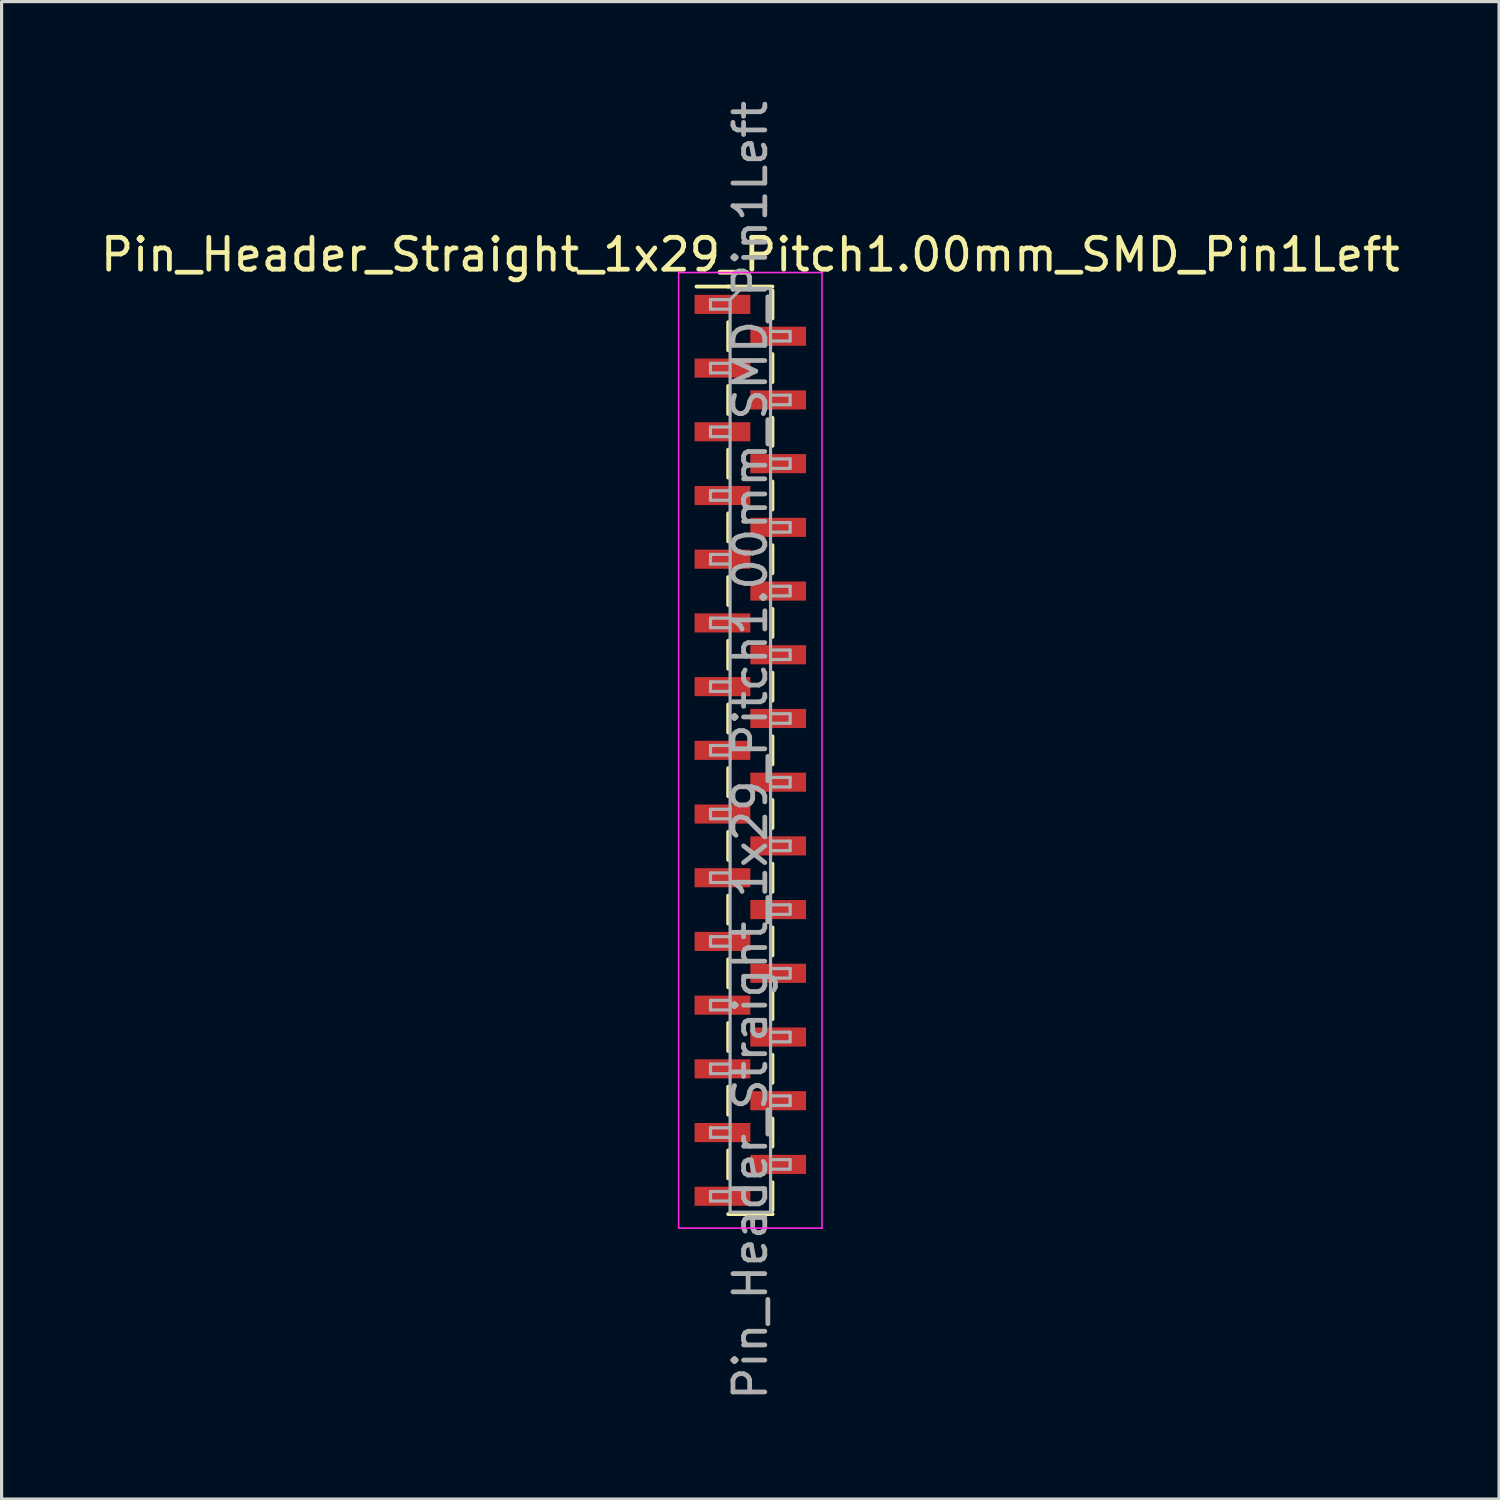
<source format=kicad_pcb>
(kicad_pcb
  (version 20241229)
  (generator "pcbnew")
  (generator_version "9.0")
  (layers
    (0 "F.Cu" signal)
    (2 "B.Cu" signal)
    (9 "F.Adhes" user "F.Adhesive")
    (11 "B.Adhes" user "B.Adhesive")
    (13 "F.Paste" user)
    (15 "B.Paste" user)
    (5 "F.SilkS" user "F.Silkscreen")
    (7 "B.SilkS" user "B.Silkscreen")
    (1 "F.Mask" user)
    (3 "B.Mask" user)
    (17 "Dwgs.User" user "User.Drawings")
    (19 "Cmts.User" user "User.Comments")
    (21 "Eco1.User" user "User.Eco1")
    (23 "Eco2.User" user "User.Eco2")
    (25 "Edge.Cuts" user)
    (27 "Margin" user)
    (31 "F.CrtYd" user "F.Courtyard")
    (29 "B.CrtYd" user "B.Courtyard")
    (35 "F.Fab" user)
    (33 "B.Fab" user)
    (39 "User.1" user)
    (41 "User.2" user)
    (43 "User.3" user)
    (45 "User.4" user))
  (footprint "Pin_Header_Straight_1x29_Pitch1.00mm_SMD_Pin1Left"
    (layer "F.Cu")
    (at 20.506 20.506)
    (property "Reference" "Pin_Header_Straight_1x29_Pitch1.00mm_SMD_Pin1Left" (at 0 -15.56 0) (layer "F.SilkS") (effects (font (size 1 1) (thickness 0.15))))
    (attr smd)
    (fp_line (start -0.695 -14.56) (end -1.69 -14.56) (stroke (width 0.12) (type solid)) (layer "F.SilkS"))
    (fp_line (start -0.695 -14.56) (end -0.695 -14.56) (stroke (width 0.12) (type solid)) (layer "F.SilkS"))
    (fp_line (start -0.695 -14.56) (end 0.695 -14.56) (stroke (width 0.12) (type solid)) (layer "F.SilkS"))
    (fp_line (start -0.695 -13.44) (end -0.695 -12.56) (stroke (width 0.12) (type solid)) (layer "F.SilkS"))
    (fp_line (start -0.695 -11.44) (end -0.695 -10.56) (stroke (width 0.12) (type solid)) (layer "F.SilkS"))
    (fp_line (start -0.695 -9.44) (end -0.695 -8.56) (stroke (width 0.12) (type solid)) (layer "F.SilkS"))
    (fp_line (start -0.695 -7.44) (end -0.695 -6.56) (stroke (width 0.12) (type solid)) (layer "F.SilkS"))
    (fp_line (start -0.695 -5.44) (end -0.695 -4.56) (stroke (width 0.12) (type solid)) (layer "F.SilkS"))
    (fp_line (start -0.695 -3.44) (end -0.695 -2.56) (stroke (width 0.12) (type solid)) (layer "F.SilkS"))
    (fp_line (start -0.695 -1.44) (end -0.695 -0.56) (stroke (width 0.12) (type solid)) (layer "F.SilkS"))
    (fp_line (start -0.695 0.56) (end -0.695 1.44) (stroke (width 0.12) (type solid)) (layer "F.SilkS"))
    (fp_line (start -0.695 2.56) (end -0.695 3.44) (stroke (width 0.12) (type solid)) (layer "F.SilkS"))
    (fp_line (start -0.695 4.56) (end -0.695 5.44) (stroke (width 0.12) (type solid)) (layer "F.SilkS"))
    (fp_line (start -0.695 6.56) (end -0.695 7.44) (stroke (width 0.12) (type solid)) (layer "F.SilkS"))
    (fp_line (start -0.695 8.56) (end -0.695 9.44) (stroke (width 0.12) (type solid)) (layer "F.SilkS"))
    (fp_line (start -0.695 10.56) (end -0.695 11.44) (stroke (width 0.12) (type solid)) (layer "F.SilkS"))
    (fp_line (start -0.695 12.56) (end -0.695 13.44) (stroke (width 0.12) (type solid)) (layer "F.SilkS"))
    (fp_line (start -0.695 14.56) (end 0.695 14.56) (stroke (width 0.12) (type solid)) (layer "F.SilkS"))
    (fp_line (start 0.695 -14.44) (end 0.695 -13.56) (stroke (width 0.12) (type solid)) (layer "F.SilkS"))
    (fp_line (start 0.695 -12.44) (end 0.695 -11.56) (stroke (width 0.12) (type solid)) (layer "F.SilkS"))
    (fp_line (start 0.695 -10.44) (end 0.695 -9.56) (stroke (width 0.12) (type solid)) (layer "F.SilkS"))
    (fp_line (start 0.695 -8.44) (end 0.695 -7.56) (stroke (width 0.12) (type solid)) (layer "F.SilkS"))
    (fp_line (start 0.695 -6.44) (end 0.695 -5.56) (stroke (width 0.12) (type solid)) (layer "F.SilkS"))
    (fp_line (start 0.695 -4.44) (end 0.695 -3.56) (stroke (width 0.12) (type solid)) (layer "F.SilkS"))
    (fp_line (start 0.695 -2.44) (end 0.695 -1.56) (stroke (width 0.12) (type solid)) (layer "F.SilkS"))
    (fp_line (start 0.695 -0.44) (end 0.695 0.44) (stroke (width 0.12) (type solid)) (layer "F.SilkS"))
    (fp_line (start 0.695 1.56) (end 0.695 2.44) (stroke (width 0.12) (type solid)) (layer "F.SilkS"))
    (fp_line (start 0.695 3.56) (end 0.695 4.44) (stroke (width 0.12) (type solid)) (layer "F.SilkS"))
    (fp_line (start 0.695 5.56) (end 0.695 6.44) (stroke (width 0.12) (type solid)) (layer "F.SilkS"))
    (fp_line (start 0.695 7.56) (end 0.695 8.44) (stroke (width 0.12) (type solid)) (layer "F.SilkS"))
    (fp_line (start 0.695 9.56) (end 0.695 10.44) (stroke (width 0.12) (type solid)) (layer "F.SilkS"))
    (fp_line (start 0.695 11.56) (end 0.695 12.44) (stroke (width 0.12) (type solid)) (layer "F.SilkS"))
    (fp_line (start 0.695 13.56) (end 0.695 14.44) (stroke (width 0.12) (type solid)) (layer "F.SilkS"))
    (fp_line (start 0.695 14.56) (end 0.695 14.56) (stroke (width 0.12) (type solid)) (layer "F.SilkS"))
    (fp_line (start -2.25 -15) (end -2.25 15) (stroke (width 0.05) (type solid)) (layer "F.CrtYd"))
    (fp_line (start -2.25 15) (end 2.25 15) (stroke (width 0.05) (type solid)) (layer "F.CrtYd"))
    (fp_line (start 2.25 -15) (end -2.25 -15) (stroke (width 0.05) (type solid)) (layer "F.CrtYd"))
    (fp_line (start 2.25 15) (end 2.25 -15) (stroke (width 0.05) (type solid)) (layer "F.CrtYd"))
    (fp_line (start -1.25 -14.15) (end -1.25 -13.85) (stroke (width 0.1) (type solid)) (layer "F.Fab"))
    (fp_line (start -1.25 -13.85) (end -0.635 -13.85) (stroke (width 0.1) (type solid)) (layer "F.Fab"))
    (fp_line (start -1.25 -12.15) (end -1.25 -11.85) (stroke (width 0.1) (type solid)) (layer "F.Fab"))
    (fp_line (start -1.25 -11.85) (end -0.635 -11.85) (stroke (width 0.1) (type solid)) (layer "F.Fab"))
    (fp_line (start -1.25 -10.15) (end -1.25 -9.85) (stroke (width 0.1) (type solid)) (layer "F.Fab"))
    (fp_line (start -1.25 -9.85) (end -0.635 -9.85) (stroke (width 0.1) (type solid)) (layer "F.Fab"))
    (fp_line (start -1.25 -8.15) (end -1.25 -7.85) (stroke (width 0.1) (type solid)) (layer "F.Fab"))
    (fp_line (start -1.25 -7.85) (end -0.635 -7.85) (stroke (width 0.1) (type solid)) (layer "F.Fab"))
    (fp_line (start -1.25 -6.15) (end -1.25 -5.85) (stroke (width 0.1) (type solid)) (layer "F.Fab"))
    (fp_line (start -1.25 -5.85) (end -0.635 -5.85) (stroke (width 0.1) (type solid)) (layer "F.Fab"))
    (fp_line (start -1.25 -4.15) (end -1.25 -3.85) (stroke (width 0.1) (type solid)) (layer "F.Fab"))
    (fp_line (start -1.25 -3.85) (end -0.635 -3.85) (stroke (width 0.1) (type solid)) (layer "F.Fab"))
    (fp_line (start -1.25 -2.15) (end -1.25 -1.85) (stroke (width 0.1) (type solid)) (layer "F.Fab"))
    (fp_line (start -1.25 -1.85) (end -0.635 -1.85) (stroke (width 0.1) (type solid)) (layer "F.Fab"))
    (fp_line (start -1.25 -0.15) (end -1.25 0.15) (stroke (width 0.1) (type solid)) (layer "F.Fab"))
    (fp_line (start -1.25 0.15) (end -0.635 0.15) (stroke (width 0.1) (type solid)) (layer "F.Fab"))
    (fp_line (start -1.25 1.85) (end -1.25 2.15) (stroke (width 0.1) (type solid)) (layer "F.Fab"))
    (fp_line (start -1.25 2.15) (end -0.635 2.15) (stroke (width 0.1) (type solid)) (layer "F.Fab"))
    (fp_line (start -1.25 3.85) (end -1.25 4.15) (stroke (width 0.1) (type solid)) (layer "F.Fab"))
    (fp_line (start -1.25 4.15) (end -0.635 4.15) (stroke (width 0.1) (type solid)) (layer "F.Fab"))
    (fp_line (start -1.25 5.85) (end -1.25 6.15) (stroke (width 0.1) (type solid)) (layer "F.Fab"))
    (fp_line (start -1.25 6.15) (end -0.635 6.15) (stroke (width 0.1) (type solid)) (layer "F.Fab"))
    (fp_line (start -1.25 7.85) (end -1.25 8.15) (stroke (width 0.1) (type solid)) (layer "F.Fab"))
    (fp_line (start -1.25 8.15) (end -0.635 8.15) (stroke (width 0.1) (type solid)) (layer "F.Fab"))
    (fp_line (start -1.25 9.85) (end -1.25 10.15) (stroke (width 0.1) (type solid)) (layer "F.Fab"))
    (fp_line (start -1.25 10.15) (end -0.635 10.15) (stroke (width 0.1) (type solid)) (layer "F.Fab"))
    (fp_line (start -1.25 11.85) (end -1.25 12.15) (stroke (width 0.1) (type solid)) (layer "F.Fab"))
    (fp_line (start -1.25 12.15) (end -0.635 12.15) (stroke (width 0.1) (type solid)) (layer "F.Fab"))
    (fp_line (start -1.25 13.85) (end -1.25 14.15) (stroke (width 0.1) (type solid)) (layer "F.Fab"))
    (fp_line (start -1.25 14.15) (end -0.635 14.15) (stroke (width 0.1) (type solid)) (layer "F.Fab"))
    (fp_line (start -0.635 -14.15) (end -1.25 -14.15) (stroke (width 0.1) (type solid)) (layer "F.Fab"))
    (fp_line (start -0.635 -14.15) (end -0.285 -14.5) (stroke (width 0.1) (type solid)) (layer "F.Fab"))
    (fp_line (start -0.635 -12.15) (end -1.25 -12.15) (stroke (width 0.1) (type solid)) (layer "F.Fab"))
    (fp_line (start -0.635 -10.15) (end -1.25 -10.15) (stroke (width 0.1) (type solid)) (layer "F.Fab"))
    (fp_line (start -0.635 -8.15) (end -1.25 -8.15) (stroke (width 0.1) (type solid)) (layer "F.Fab"))
    (fp_line (start -0.635 -6.15) (end -1.25 -6.15) (stroke (width 0.1) (type solid)) (layer "F.Fab"))
    (fp_line (start -0.635 -4.15) (end -1.25 -4.15) (stroke (width 0.1) (type solid)) (layer "F.Fab"))
    (fp_line (start -0.635 -2.15) (end -1.25 -2.15) (stroke (width 0.1) (type solid)) (layer "F.Fab"))
    (fp_line (start -0.635 -0.15) (end -1.25 -0.15) (stroke (width 0.1) (type solid)) (layer "F.Fab"))
    (fp_line (start -0.635 1.85) (end -1.25 1.85) (stroke (width 0.1) (type solid)) (layer "F.Fab"))
    (fp_line (start -0.635 3.85) (end -1.25 3.85) (stroke (width 0.1) (type solid)) (layer "F.Fab"))
    (fp_line (start -0.635 5.85) (end -1.25 5.85) (stroke (width 0.1) (type solid)) (layer "F.Fab"))
    (fp_line (start -0.635 7.85) (end -1.25 7.85) (stroke (width 0.1) (type solid)) (layer "F.Fab"))
    (fp_line (start -0.635 9.85) (end -1.25 9.85) (stroke (width 0.1) (type solid)) (layer "F.Fab"))
    (fp_line (start -0.635 11.85) (end -1.25 11.85) (stroke (width 0.1) (type solid)) (layer "F.Fab"))
    (fp_line (start -0.635 13.85) (end -1.25 13.85) (stroke (width 0.1) (type solid)) (layer "F.Fab"))
    (fp_line (start -0.635 14.5) (end -0.635 -14.15) (stroke (width 0.1) (type solid)) (layer "F.Fab"))
    (fp_line (start -0.285 -14.5) (end 0.635 -14.5) (stroke (width 0.1) (type solid)) (layer "F.Fab"))
    (fp_line (start 0.635 -14.5) (end 0.635 14.5) (stroke (width 0.1) (type solid)) (layer "F.Fab"))
    (fp_line (start 0.635 -13.15) (end 1.25 -13.15) (stroke (width 0.1) (type solid)) (layer "F.Fab"))
    (fp_line (start 0.635 -11.15) (end 1.25 -11.15) (stroke (width 0.1) (type solid)) (layer "F.Fab"))
    (fp_line (start 0.635 -9.15) (end 1.25 -9.15) (stroke (width 0.1) (type solid)) (layer "F.Fab"))
    (fp_line (start 0.635 -7.15) (end 1.25 -7.15) (stroke (width 0.1) (type solid)) (layer "F.Fab"))
    (fp_line (start 0.635 -5.15) (end 1.25 -5.15) (stroke (width 0.1) (type solid)) (layer "F.Fab"))
    (fp_line (start 0.635 -3.15) (end 1.25 -3.15) (stroke (width 0.1) (type solid)) (layer "F.Fab"))
    (fp_line (start 0.635 -1.15) (end 1.25 -1.15) (stroke (width 0.1) (type solid)) (layer "F.Fab"))
    (fp_line (start 0.635 0.85) (end 1.25 0.85) (stroke (width 0.1) (type solid)) (layer "F.Fab"))
    (fp_line (start 0.635 2.85) (end 1.25 2.85) (stroke (width 0.1) (type solid)) (layer "F.Fab"))
    (fp_line (start 0.635 4.85) (end 1.25 4.85) (stroke (width 0.1) (type solid)) (layer "F.Fab"))
    (fp_line (start 0.635 6.85) (end 1.25 6.85) (stroke (width 0.1) (type solid)) (layer "F.Fab"))
    (fp_line (start 0.635 8.85) (end 1.25 8.85) (stroke (width 0.1) (type solid)) (layer "F.Fab"))
    (fp_line (start 0.635 10.85) (end 1.25 10.85) (stroke (width 0.1) (type solid)) (layer "F.Fab"))
    (fp_line (start 0.635 12.85) (end 1.25 12.85) (stroke (width 0.1) (type solid)) (layer "F.Fab"))
    (fp_line (start 0.635 14.5) (end -0.635 14.5) (stroke (width 0.1) (type solid)) (layer "F.Fab"))
    (fp_line (start 1.25 -13.15) (end 1.25 -12.85) (stroke (width 0.1) (type solid)) (layer "F.Fab"))
    (fp_line (start 1.25 -12.85) (end 0.635 -12.85) (stroke (width 0.1) (type solid)) (layer "F.Fab"))
    (fp_line (start 1.25 -11.15) (end 1.25 -10.85) (stroke (width 0.1) (type solid)) (layer "F.Fab"))
    (fp_line (start 1.25 -10.85) (end 0.635 -10.85) (stroke (width 0.1) (type solid)) (layer "F.Fab"))
    (fp_line (start 1.25 -9.15) (end 1.25 -8.85) (stroke (width 0.1) (type solid)) (layer "F.Fab"))
    (fp_line (start 1.25 -8.85) (end 0.635 -8.85) (stroke (width 0.1) (type solid)) (layer "F.Fab"))
    (fp_line (start 1.25 -7.15) (end 1.25 -6.85) (stroke (width 0.1) (type solid)) (layer "F.Fab"))
    (fp_line (start 1.25 -6.85) (end 0.635 -6.85) (stroke (width 0.1) (type solid)) (layer "F.Fab"))
    (fp_line (start 1.25 -5.15) (end 1.25 -4.85) (stroke (width 0.1) (type solid)) (layer "F.Fab"))
    (fp_line (start 1.25 -4.85) (end 0.635 -4.85) (stroke (width 0.1) (type solid)) (layer "F.Fab"))
    (fp_line (start 1.25 -3.15) (end 1.25 -2.85) (stroke (width 0.1) (type solid)) (layer "F.Fab"))
    (fp_line (start 1.25 -2.85) (end 0.635 -2.85) (stroke (width 0.1) (type solid)) (layer "F.Fab"))
    (fp_line (start 1.25 -1.15) (end 1.25 -0.85) (stroke (width 0.1) (type solid)) (layer "F.Fab"))
    (fp_line (start 1.25 -0.85) (end 0.635 -0.85) (stroke (width 0.1) (type solid)) (layer "F.Fab"))
    (fp_line (start 1.25 0.85) (end 1.25 1.15) (stroke (width 0.1) (type solid)) (layer "F.Fab"))
    (fp_line (start 1.25 1.15) (end 0.635 1.15) (stroke (width 0.1) (type solid)) (layer "F.Fab"))
    (fp_line (start 1.25 2.85) (end 1.25 3.15) (stroke (width 0.1) (type solid)) (layer "F.Fab"))
    (fp_line (start 1.25 3.15) (end 0.635 3.15) (stroke (width 0.1) (type solid)) (layer "F.Fab"))
    (fp_line (start 1.25 4.85) (end 1.25 5.15) (stroke (width 0.1) (type solid)) (layer "F.Fab"))
    (fp_line (start 1.25 5.15) (end 0.635 5.15) (stroke (width 0.1) (type solid)) (layer "F.Fab"))
    (fp_line (start 1.25 6.85) (end 1.25 7.15) (stroke (width 0.1) (type solid)) (layer "F.Fab"))
    (fp_line (start 1.25 7.15) (end 0.635 7.15) (stroke (width 0.1) (type solid)) (layer "F.Fab"))
    (fp_line (start 1.25 8.85) (end 1.25 9.15) (stroke (width 0.1) (type solid)) (layer "F.Fab"))
    (fp_line (start 1.25 9.15) (end 0.635 9.15) (stroke (width 0.1) (type solid)) (layer "F.Fab"))
    (fp_line (start 1.25 10.85) (end 1.25 11.15) (stroke (width 0.1) (type solid)) (layer "F.Fab"))
    (fp_line (start 1.25 11.15) (end 0.635 11.15) (stroke (width 0.1) (type solid)) (layer "F.Fab"))
    (fp_line (start 1.25 12.85) (end 1.25 13.15) (stroke (width 0.1) (type solid)) (layer "F.Fab"))
    (fp_line (start 1.25 13.15) (end 0.635 13.15) (stroke (width 0.1) (type solid)) (layer "F.Fab"))
    (fp_text user "${REFERENCE}" (at 0 0 90) (layer "F.Fab") (effects (font (size 1 1) (thickness 0.15))))
    (pad "1" smd rect (at -0.875 -14) (size 1.75 0.6) (layers "F.Cu" "F.Mask" "F.Paste"))
    (pad "2" smd rect (at 0.875 -13) (size 1.75 0.6) (layers "F.Cu" "F.Mask" "F.Paste"))
    (pad "3" smd rect (at -0.875 -12) (size 1.75 0.6) (layers "F.Cu" "F.Mask" "F.Paste"))
    (pad "4" smd rect (at 0.875 -11) (size 1.75 0.6) (layers "F.Cu" "F.Mask" "F.Paste"))
    (pad "5" smd rect (at -0.875 -10) (size 1.75 0.6) (layers "F.Cu" "F.Mask" "F.Paste"))
    (pad "6" smd rect (at 0.875 -9) (size 1.75 0.6) (layers "F.Cu" "F.Mask" "F.Paste"))
    (pad "7" smd rect (at -0.875 -8) (size 1.75 0.6) (layers "F.Cu" "F.Mask" "F.Paste"))
    (pad "8" smd rect (at 0.875 -7) (size 1.75 0.6) (layers "F.Cu" "F.Mask" "F.Paste"))
    (pad "9" smd rect (at -0.875 -6) (size 1.75 0.6) (layers "F.Cu" "F.Mask" "F.Paste"))
    (pad "10" smd rect (at 0.875 -5) (size 1.75 0.6) (layers "F.Cu" "F.Mask" "F.Paste"))
    (pad "11" smd rect (at -0.875 -4) (size 1.75 0.6) (layers "F.Cu" "F.Mask" "F.Paste"))
    (pad "12" smd rect (at 0.875 -3) (size 1.75 0.6) (layers "F.Cu" "F.Mask" "F.Paste"))
    (pad "13" smd rect (at -0.875 -2) (size 1.75 0.6) (layers "F.Cu" "F.Mask" "F.Paste"))
    (pad "14" smd rect (at 0.875 -1) (size 1.75 0.6) (layers "F.Cu" "F.Mask" "F.Paste"))
    (pad "15" smd rect (at -0.875 0) (size 1.75 0.6) (layers "F.Cu" "F.Mask" "F.Paste"))
    (pad "16" smd rect (at 0.875 1) (size 1.75 0.6) (layers "F.Cu" "F.Mask" "F.Paste"))
    (pad "17" smd rect (at -0.875 2) (size 1.75 0.6) (layers "F.Cu" "F.Mask" "F.Paste"))
    (pad "18" smd rect (at 0.875 3) (size 1.75 0.6) (layers "F.Cu" "F.Mask" "F.Paste"))
    (pad "19" smd rect (at -0.875 4) (size 1.75 0.6) (layers "F.Cu" "F.Mask" "F.Paste"))
    (pad "20" smd rect (at 0.875 5) (size 1.75 0.6) (layers "F.Cu" "F.Mask" "F.Paste"))
    (pad "21" smd rect (at -0.875 6) (size 1.75 0.6) (layers "F.Cu" "F.Mask" "F.Paste"))
    (pad "22" smd rect (at 0.875 7) (size 1.75 0.6) (layers "F.Cu" "F.Mask" "F.Paste"))
    (pad "23" smd rect (at -0.875 8) (size 1.75 0.6) (layers "F.Cu" "F.Mask" "F.Paste"))
    (pad "24" smd rect (at 0.875 9) (size 1.75 0.6) (layers "F.Cu" "F.Mask" "F.Paste"))
    (pad "25" smd rect (at -0.875 10) (size 1.75 0.6) (layers "F.Cu" "F.Mask" "F.Paste"))
    (pad "26" smd rect (at 0.875 11) (size 1.75 0.6) (layers "F.Cu" "F.Mask" "F.Paste"))
    (pad "27" smd rect (at -0.875 12) (size 1.75 0.6) (layers "F.Cu" "F.Mask" "F.Paste"))
    (pad "28" smd rect (at 0.875 13) (size 1.75 0.6) (layers "F.Cu" "F.Mask" "F.Paste"))
    (pad "29" smd rect (at -0.875 14) (size 1.75 0.6) (layers "F.Cu" "F.Mask" "F.Paste")))
  (gr_rect
    (start -3 -3)
    (end 44.012 44.012)
    (stroke (width 0.1) (type default))
    (fill no)
    (layer "Edge.Cuts")))
</source>
